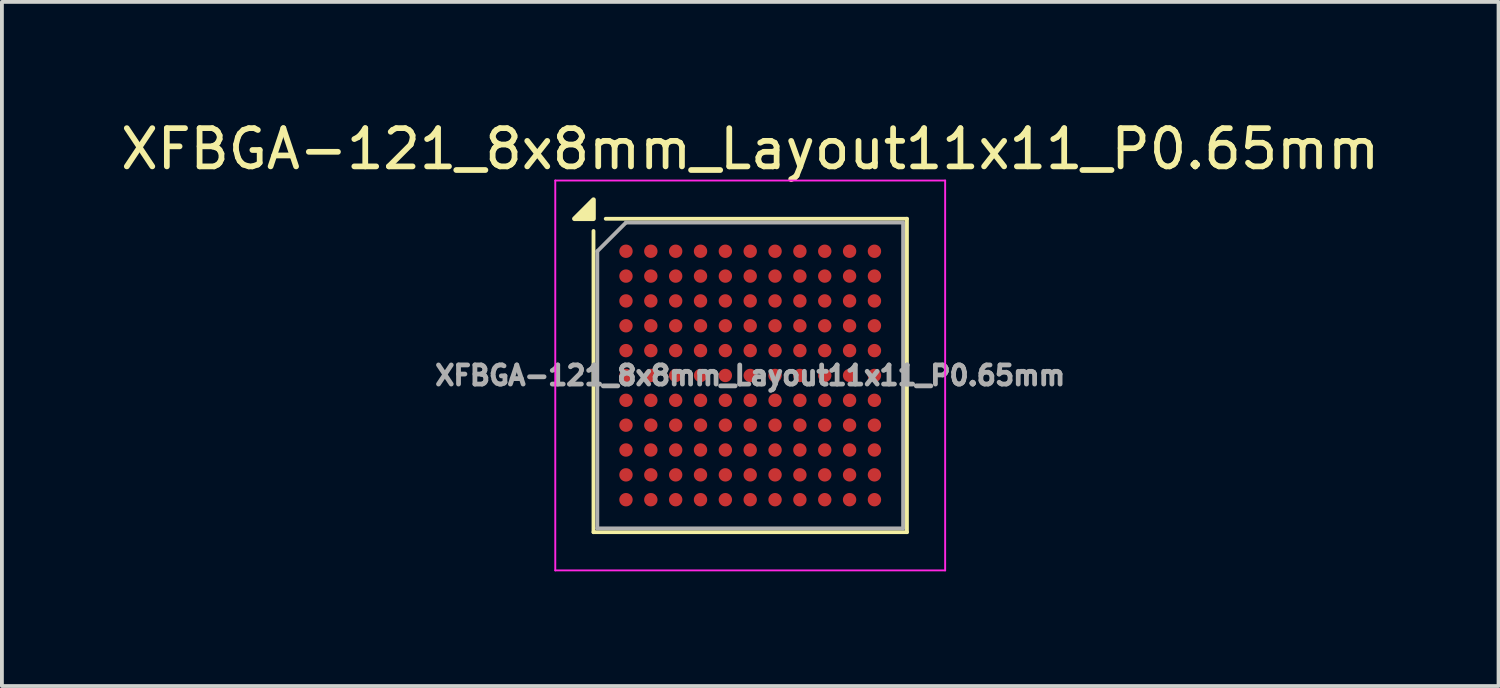
<source format=kicad_pcb>
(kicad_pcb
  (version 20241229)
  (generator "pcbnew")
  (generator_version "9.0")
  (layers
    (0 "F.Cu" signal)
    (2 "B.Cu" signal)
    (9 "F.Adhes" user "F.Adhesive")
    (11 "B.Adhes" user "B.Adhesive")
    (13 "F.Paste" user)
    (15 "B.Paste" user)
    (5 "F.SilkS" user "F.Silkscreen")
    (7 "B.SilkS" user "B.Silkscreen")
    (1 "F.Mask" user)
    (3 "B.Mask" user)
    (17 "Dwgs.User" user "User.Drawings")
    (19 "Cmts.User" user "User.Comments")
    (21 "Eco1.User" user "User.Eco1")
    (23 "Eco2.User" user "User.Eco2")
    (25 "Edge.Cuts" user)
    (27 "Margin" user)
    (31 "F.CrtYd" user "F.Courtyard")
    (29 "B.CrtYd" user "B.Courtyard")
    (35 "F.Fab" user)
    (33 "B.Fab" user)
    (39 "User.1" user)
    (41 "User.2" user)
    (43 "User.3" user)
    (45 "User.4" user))
  (footprint "XFBGA-121_8x8mm_Layout11x11_P0.65mm"
    (layer "F.Cu")
    (at 16.577 6.773)
    (property "Reference" "XFBGA-121_8x8mm_Layout11x11_P0.65mm" (at 0 -5.925 0) (layer "F.SilkS") (effects (font (size 1 1) (thickness 0.15))))
    (attr smd)
    (fp_line (start -4.1 4.1) (end -4.1 -3.78) (stroke (width 0.1) (type solid)) (layer "F.SilkS"))
    (fp_line (start -4.1 4.1) (end 4.1 4.1) (stroke (width 0.1) (type solid)) (layer "F.SilkS"))
    (fp_line (start -3.78 -4.1) (end 4.1 -4.1) (stroke (width 0.1) (type solid)) (layer "F.SilkS"))
    (fp_line (start 4.1 4.1) (end 4.1 -4.1) (stroke (width 0.1) (type solid)) (layer "F.SilkS"))
    (fp_poly (pts (xy -4.1 -4.1) (xy -4.6 -4.1) (xy -4.1 -4.6) (xy -4.1 -4.1)) (stroke (width 0.12) (type solid)) (fill yes) (layer "F.SilkS"))
    (fp_line (start -5.1 -5.1) (end 5.1 -5.1) (stroke (width 0.05) (type solid)) (layer "F.CrtYd"))
    (fp_line (start -5.1 5.1) (end -5.1 -5.1) (stroke (width 0.05) (type solid)) (layer "F.CrtYd"))
    (fp_line (start -5.1 5.1) (end 5.1 5.1) (stroke (width 0.05) (type solid)) (layer "F.CrtYd"))
    (fp_line (start 5.1 5.1) (end 5.1 -5.1) (stroke (width 0.05) (type solid)) (layer "F.CrtYd"))
    (fp_line (start -4 -3.25) (end -3.25 -4) (stroke (width 0.1) (type solid)) (layer "F.Fab"))
    (fp_line (start -4 4) (end -4 -3.25) (stroke (width 0.1) (type solid)) (layer "F.Fab"))
    (fp_line (start -4 4) (end 4 4) (stroke (width 0.1) (type solid)) (layer "F.Fab"))
    (fp_line (start -3.25 -4) (end 4 -4) (stroke (width 0.1) (type solid)) (layer "F.Fab"))
    (fp_line (start 4 4) (end 4 -4) (stroke (width 0.1) (type solid)) (layer "F.Fab"))
    (fp_text user "${REFERENCE}" (at 0 0 0) (layer "F.Fab") (effects (font (size 0.5 0.5) (thickness 0.125))))
    (pad "A1" smd circle (at -3.25 -3.25) (size 0.35 0.35) (property pad_prop_bga) (layers "F.Cu" "F.Mask" "F.Paste"))
    (pad "A2" smd circle (at -2.6 -3.25) (size 0.35 0.35) (property pad_prop_bga) (layers "F.Cu" "F.Mask" "F.Paste"))
    (pad "A3" smd circle (at -1.95 -3.25) (size 0.35 0.35) (property pad_prop_bga) (layers "F.Cu" "F.Mask" "F.Paste"))
    (pad "A4" smd circle (at -1.3 -3.25) (size 0.35 0.35) (property pad_prop_bga) (layers "F.Cu" "F.Mask" "F.Paste"))
    (pad "A5" smd circle (at -0.65 -3.25) (size 0.35 0.35) (property pad_prop_bga) (layers "F.Cu" "F.Mask" "F.Paste"))
    (pad "A6" smd circle (at 0 -3.25) (size 0.35 0.35) (property pad_prop_bga) (layers "F.Cu" "F.Mask" "F.Paste"))
    (pad "A7" smd circle (at 0.65 -3.25) (size 0.35 0.35) (property pad_prop_bga) (layers "F.Cu" "F.Mask" "F.Paste"))
    (pad "A8" smd circle (at 1.3 -3.25) (size 0.35 0.35) (property pad_prop_bga) (layers "F.Cu" "F.Mask" "F.Paste"))
    (pad "A9" smd circle (at 1.95 -3.25) (size 0.35 0.35) (property pad_prop_bga) (layers "F.Cu" "F.Mask" "F.Paste"))
    (pad "A10" smd circle (at 2.6 -3.25) (size 0.35 0.35) (property pad_prop_bga) (layers "F.Cu" "F.Mask" "F.Paste"))
    (pad "A11" smd circle (at 3.25 -3.25) (size 0.35 0.35) (property pad_prop_bga) (layers "F.Cu" "F.Mask" "F.Paste"))
    (pad "B1" smd circle (at -3.25 -2.6) (size 0.35 0.35) (property pad_prop_bga) (layers "F.Cu" "F.Mask" "F.Paste"))
    (pad "B2" smd circle (at -2.6 -2.6) (size 0.35 0.35) (property pad_prop_bga) (layers "F.Cu" "F.Mask" "F.Paste"))
    (pad "B3" smd circle (at -1.95 -2.6) (size 0.35 0.35) (property pad_prop_bga) (layers "F.Cu" "F.Mask" "F.Paste"))
    (pad "B4" smd circle (at -1.3 -2.6) (size 0.35 0.35) (property pad_prop_bga) (layers "F.Cu" "F.Mask" "F.Paste"))
    (pad "B5" smd circle (at -0.65 -2.6) (size 0.35 0.35) (property pad_prop_bga) (layers "F.Cu" "F.Mask" "F.Paste"))
    (pad "B6" smd circle (at 0 -2.6) (size 0.35 0.35) (property pad_prop_bga) (layers "F.Cu" "F.Mask" "F.Paste"))
    (pad "B7" smd circle (at 0.65 -2.6) (size 0.35 0.35) (property pad_prop_bga) (layers "F.Cu" "F.Mask" "F.Paste"))
    (pad "B8" smd circle (at 1.3 -2.6) (size 0.35 0.35) (property pad_prop_bga) (layers "F.Cu" "F.Mask" "F.Paste"))
    (pad "B9" smd circle (at 1.95 -2.6) (size 0.35 0.35) (property pad_prop_bga) (layers "F.Cu" "F.Mask" "F.Paste"))
    (pad "B10" smd circle (at 2.6 -2.6) (size 0.35 0.35) (property pad_prop_bga) (layers "F.Cu" "F.Mask" "F.Paste"))
    (pad "B11" smd circle (at 3.25 -2.6) (size 0.35 0.35) (property pad_prop_bga) (layers "F.Cu" "F.Mask" "F.Paste"))
    (pad "C1" smd circle (at -3.25 -1.95) (size 0.35 0.35) (property pad_prop_bga) (layers "F.Cu" "F.Mask" "F.Paste"))
    (pad "C2" smd circle (at -2.6 -1.95) (size 0.35 0.35) (property pad_prop_bga) (layers "F.Cu" "F.Mask" "F.Paste"))
    (pad "C3" smd circle (at -1.95 -1.95) (size 0.35 0.35) (property pad_prop_bga) (layers "F.Cu" "F.Mask" "F.Paste"))
    (pad "C4" smd circle (at -1.3 -1.95) (size 0.35 0.35) (property pad_prop_bga) (layers "F.Cu" "F.Mask" "F.Paste"))
    (pad "C5" smd circle (at -0.65 -1.95) (size 0.35 0.35) (property pad_prop_bga) (layers "F.Cu" "F.Mask" "F.Paste"))
    (pad "C6" smd circle (at 0 -1.95) (size 0.35 0.35) (property pad_prop_bga) (layers "F.Cu" "F.Mask" "F.Paste"))
    (pad "C7" smd circle (at 0.65 -1.95) (size 0.35 0.35) (property pad_prop_bga) (layers "F.Cu" "F.Mask" "F.Paste"))
    (pad "C8" smd circle (at 1.3 -1.95) (size 0.35 0.35) (property pad_prop_bga) (layers "F.Cu" "F.Mask" "F.Paste"))
    (pad "C9" smd circle (at 1.95 -1.95) (size 0.35 0.35) (property pad_prop_bga) (layers "F.Cu" "F.Mask" "F.Paste"))
    (pad "C10" smd circle (at 2.6 -1.95) (size 0.35 0.35) (property pad_prop_bga) (layers "F.Cu" "F.Mask" "F.Paste"))
    (pad "C11" smd circle (at 3.25 -1.95) (size 0.35 0.35) (property pad_prop_bga) (layers "F.Cu" "F.Mask" "F.Paste"))
    (pad "D1" smd circle (at -3.25 -1.3) (size 0.35 0.35) (property pad_prop_bga) (layers "F.Cu" "F.Mask" "F.Paste"))
    (pad "D2" smd circle (at -2.6 -1.3) (size 0.35 0.35) (property pad_prop_bga) (layers "F.Cu" "F.Mask" "F.Paste"))
    (pad "D3" smd circle (at -1.95 -1.3) (size 0.35 0.35) (property pad_prop_bga) (layers "F.Cu" "F.Mask" "F.Paste"))
    (pad "D4" smd circle (at -1.3 -1.3) (size 0.35 0.35) (property pad_prop_bga) (layers "F.Cu" "F.Mask" "F.Paste"))
    (pad "D5" smd circle (at -0.65 -1.3) (size 0.35 0.35) (property pad_prop_bga) (layers "F.Cu" "F.Mask" "F.Paste"))
    (pad "D6" smd circle (at 0 -1.3) (size 0.35 0.35) (property pad_prop_bga) (layers "F.Cu" "F.Mask" "F.Paste"))
    (pad "D7" smd circle (at 0.65 -1.3) (size 0.35 0.35) (property pad_prop_bga) (layers "F.Cu" "F.Mask" "F.Paste"))
    (pad "D8" smd circle (at 1.3 -1.3) (size 0.35 0.35) (property pad_prop_bga) (layers "F.Cu" "F.Mask" "F.Paste"))
    (pad "D9" smd circle (at 1.95 -1.3) (size 0.35 0.35) (property pad_prop_bga) (layers "F.Cu" "F.Mask" "F.Paste"))
    (pad "D10" smd circle (at 2.6 -1.3) (size 0.35 0.35) (property pad_prop_bga) (layers "F.Cu" "F.Mask" "F.Paste"))
    (pad "D11" smd circle (at 3.25 -1.3) (size 0.35 0.35) (property pad_prop_bga) (layers "F.Cu" "F.Mask" "F.Paste"))
    (pad "E1" smd circle (at -3.25 -0.65) (size 0.35 0.35) (property pad_prop_bga) (layers "F.Cu" "F.Mask" "F.Paste"))
    (pad "E2" smd circle (at -2.6 -0.65) (size 0.35 0.35) (property pad_prop_bga) (layers "F.Cu" "F.Mask" "F.Paste"))
    (pad "E3" smd circle (at -1.95 -0.65) (size 0.35 0.35) (property pad_prop_bga) (layers "F.Cu" "F.Mask" "F.Paste"))
    (pad "E4" smd circle (at -1.3 -0.65) (size 0.35 0.35) (property pad_prop_bga) (layers "F.Cu" "F.Mask" "F.Paste"))
    (pad "E5" smd circle (at -0.65 -0.65) (size 0.35 0.35) (property pad_prop_bga) (layers "F.Cu" "F.Mask" "F.Paste"))
    (pad "E6" smd circle (at 0 -0.65) (size 0.35 0.35) (property pad_prop_bga) (layers "F.Cu" "F.Mask" "F.Paste"))
    (pad "E7" smd circle (at 0.65 -0.65) (size 0.35 0.35) (property pad_prop_bga) (layers "F.Cu" "F.Mask" "F.Paste"))
    (pad "E8" smd circle (at 1.3 -0.65) (size 0.35 0.35) (property pad_prop_bga) (layers "F.Cu" "F.Mask" "F.Paste"))
    (pad "E9" smd circle (at 1.95 -0.65) (size 0.35 0.35) (property pad_prop_bga) (layers "F.Cu" "F.Mask" "F.Paste"))
    (pad "E10" smd circle (at 2.6 -0.65) (size 0.35 0.35) (property pad_prop_bga) (layers "F.Cu" "F.Mask" "F.Paste"))
    (pad "E11" smd circle (at 3.25 -0.65) (size 0.35 0.35) (property pad_prop_bga) (layers "F.Cu" "F.Mask" "F.Paste"))
    (pad "F1" smd circle (at -3.25 0) (size 0.35 0.35) (property pad_prop_bga) (layers "F.Cu" "F.Mask" "F.Paste"))
    (pad "F2" smd circle (at -2.6 0) (size 0.35 0.35) (property pad_prop_bga) (layers "F.Cu" "F.Mask" "F.Paste"))
    (pad "F3" smd circle (at -1.95 0) (size 0.35 0.35) (property pad_prop_bga) (layers "F.Cu" "F.Mask" "F.Paste"))
    (pad "F4" smd circle (at -1.3 0) (size 0.35 0.35) (property pad_prop_bga) (layers "F.Cu" "F.Mask" "F.Paste"))
    (pad "F5" smd circle (at -0.65 0) (size 0.35 0.35) (property pad_prop_bga) (layers "F.Cu" "F.Mask" "F.Paste"))
    (pad "F6" smd circle (at 0 0) (size 0.35 0.35) (property pad_prop_bga) (layers "F.Cu" "F.Mask" "F.Paste"))
    (pad "F7" smd circle (at 0.65 0) (size 0.35 0.35) (property pad_prop_bga) (layers "F.Cu" "F.Mask" "F.Paste"))
    (pad "F8" smd circle (at 1.3 0) (size 0.35 0.35) (property pad_prop_bga) (layers "F.Cu" "F.Mask" "F.Paste"))
    (pad "F9" smd circle (at 1.95 0) (size 0.35 0.35) (property pad_prop_bga) (layers "F.Cu" "F.Mask" "F.Paste"))
    (pad "F10" smd circle (at 2.6 0) (size 0.35 0.35) (property pad_prop_bga) (layers "F.Cu" "F.Mask" "F.Paste"))
    (pad "F11" smd circle (at 3.25 0) (size 0.35 0.35) (property pad_prop_bga) (layers "F.Cu" "F.Mask" "F.Paste"))
    (pad "G1" smd circle (at -3.25 0.65) (size 0.35 0.35) (property pad_prop_bga) (layers "F.Cu" "F.Mask" "F.Paste"))
    (pad "G2" smd circle (at -2.6 0.65) (size 0.35 0.35) (property pad_prop_bga) (layers "F.Cu" "F.Mask" "F.Paste"))
    (pad "G3" smd circle (at -1.95 0.65) (size 0.35 0.35) (property pad_prop_bga) (layers "F.Cu" "F.Mask" "F.Paste"))
    (pad "G4" smd circle (at -1.3 0.65) (size 0.35 0.35) (property pad_prop_bga) (layers "F.Cu" "F.Mask" "F.Paste"))
    (pad "G5" smd circle (at -0.65 0.65) (size 0.35 0.35) (property pad_prop_bga) (layers "F.Cu" "F.Mask" "F.Paste"))
    (pad "G6" smd circle (at 0 0.65) (size 0.35 0.35) (property pad_prop_bga) (layers "F.Cu" "F.Mask" "F.Paste"))
    (pad "G7" smd circle (at 0.65 0.65) (size 0.35 0.35) (property pad_prop_bga) (layers "F.Cu" "F.Mask" "F.Paste"))
    (pad "G8" smd circle (at 1.3 0.65) (size 0.35 0.35) (property pad_prop_bga) (layers "F.Cu" "F.Mask" "F.Paste"))
    (pad "G9" smd circle (at 1.95 0.65) (size 0.35 0.35) (property pad_prop_bga) (layers "F.Cu" "F.Mask" "F.Paste"))
    (pad "G10" smd circle (at 2.6 0.65) (size 0.35 0.35) (property pad_prop_bga) (layers "F.Cu" "F.Mask" "F.Paste"))
    (pad "G11" smd circle (at 3.25 0.65) (size 0.35 0.35) (property pad_prop_bga) (layers "F.Cu" "F.Mask" "F.Paste"))
    (pad "H1" smd circle (at -3.25 1.3) (size 0.35 0.35) (property pad_prop_bga) (layers "F.Cu" "F.Mask" "F.Paste"))
    (pad "H2" smd circle (at -2.6 1.3) (size 0.35 0.35) (property pad_prop_bga) (layers "F.Cu" "F.Mask" "F.Paste"))
    (pad "H3" smd circle (at -1.95 1.3) (size 0.35 0.35) (property pad_prop_bga) (layers "F.Cu" "F.Mask" "F.Paste"))
    (pad "H4" smd circle (at -1.3 1.3) (size 0.35 0.35) (property pad_prop_bga) (layers "F.Cu" "F.Mask" "F.Paste"))
    (pad "H5" smd circle (at -0.65 1.3) (size 0.35 0.35) (property pad_prop_bga) (layers "F.Cu" "F.Mask" "F.Paste"))
    (pad "H6" smd circle (at 0 1.3) (size 0.35 0.35) (property pad_prop_bga) (layers "F.Cu" "F.Mask" "F.Paste"))
    (pad "H7" smd circle (at 0.65 1.3) (size 0.35 0.35) (property pad_prop_bga) (layers "F.Cu" "F.Mask" "F.Paste"))
    (pad "H8" smd circle (at 1.3 1.3) (size 0.35 0.35) (property pad_prop_bga) (layers "F.Cu" "F.Mask" "F.Paste"))
    (pad "H9" smd circle (at 1.95 1.3) (size 0.35 0.35) (property pad_prop_bga) (layers "F.Cu" "F.Mask" "F.Paste"))
    (pad "H10" smd circle (at 2.6 1.3) (size 0.35 0.35) (property pad_prop_bga) (layers "F.Cu" "F.Mask" "F.Paste"))
    (pad "H11" smd circle (at 3.25 1.3) (size 0.35 0.35) (property pad_prop_bga) (layers "F.Cu" "F.Mask" "F.Paste"))
    (pad "J1" smd circle (at -3.25 1.95) (size 0.35 0.35) (property pad_prop_bga) (layers "F.Cu" "F.Mask" "F.Paste"))
    (pad "J2" smd circle (at -2.6 1.95) (size 0.35 0.35) (property pad_prop_bga) (layers "F.Cu" "F.Mask" "F.Paste"))
    (pad "J3" smd circle (at -1.95 1.95) (size 0.35 0.35) (property pad_prop_bga) (layers "F.Cu" "F.Mask" "F.Paste"))
    (pad "J4" smd circle (at -1.3 1.95) (size 0.35 0.35) (property pad_prop_bga) (layers "F.Cu" "F.Mask" "F.Paste"))
    (pad "J5" smd circle (at -0.65 1.95) (size 0.35 0.35) (property pad_prop_bga) (layers "F.Cu" "F.Mask" "F.Paste"))
    (pad "J6" smd circle (at 0 1.95) (size 0.35 0.35) (property pad_prop_bga) (layers "F.Cu" "F.Mask" "F.Paste"))
    (pad "J7" smd circle (at 0.65 1.95) (size 0.35 0.35) (property pad_prop_bga) (layers "F.Cu" "F.Mask" "F.Paste"))
    (pad "J8" smd circle (at 1.3 1.95) (size 0.35 0.35) (property pad_prop_bga) (layers "F.Cu" "F.Mask" "F.Paste"))
    (pad "J9" smd circle (at 1.95 1.95) (size 0.35 0.35) (property pad_prop_bga) (layers "F.Cu" "F.Mask" "F.Paste"))
    (pad "J10" smd circle (at 2.6 1.95) (size 0.35 0.35) (property pad_prop_bga) (layers "F.Cu" "F.Mask" "F.Paste"))
    (pad "J11" smd circle (at 3.25 1.95) (size 0.35 0.35) (property pad_prop_bga) (layers "F.Cu" "F.Mask" "F.Paste"))
    (pad "K1" smd circle (at -3.25 2.6) (size 0.35 0.35) (property pad_prop_bga) (layers "F.Cu" "F.Mask" "F.Paste"))
    (pad "K2" smd circle (at -2.6 2.6) (size 0.35 0.35) (property pad_prop_bga) (layers "F.Cu" "F.Mask" "F.Paste"))
    (pad "K3" smd circle (at -1.95 2.6) (size 0.35 0.35) (property pad_prop_bga) (layers "F.Cu" "F.Mask" "F.Paste"))
    (pad "K4" smd circle (at -1.3 2.6) (size 0.35 0.35) (property pad_prop_bga) (layers "F.Cu" "F.Mask" "F.Paste"))
    (pad "K5" smd circle (at -0.65 2.6) (size 0.35 0.35) (property pad_prop_bga) (layers "F.Cu" "F.Mask" "F.Paste"))
    (pad "K6" smd circle (at 0 2.6) (size 0.35 0.35) (property pad_prop_bga) (layers "F.Cu" "F.Mask" "F.Paste"))
    (pad "K7" smd circle (at 0.65 2.6) (size 0.35 0.35) (property pad_prop_bga) (layers "F.Cu" "F.Mask" "F.Paste"))
    (pad "K8" smd circle (at 1.3 2.6) (size 0.35 0.35) (property pad_prop_bga) (layers "F.Cu" "F.Mask" "F.Paste"))
    (pad "K9" smd circle (at 1.95 2.6) (size 0.35 0.35) (property pad_prop_bga) (layers "F.Cu" "F.Mask" "F.Paste"))
    (pad "K10" smd circle (at 2.6 2.6) (size 0.35 0.35) (property pad_prop_bga) (layers "F.Cu" "F.Mask" "F.Paste"))
    (pad "K11" smd circle (at 3.25 2.6) (size 0.35 0.35) (property pad_prop_bga) (layers "F.Cu" "F.Mask" "F.Paste"))
    (pad "L1" smd circle (at -3.25 3.25) (size 0.35 0.35) (property pad_prop_bga) (layers "F.Cu" "F.Mask" "F.Paste"))
    (pad "L2" smd circle (at -2.6 3.25) (size 0.35 0.35) (property pad_prop_bga) (layers "F.Cu" "F.Mask" "F.Paste"))
    (pad "L3" smd circle (at -1.95 3.25) (size 0.35 0.35) (property pad_prop_bga) (layers "F.Cu" "F.Mask" "F.Paste"))
    (pad "L4" smd circle (at -1.3 3.25) (size 0.35 0.35) (property pad_prop_bga) (layers "F.Cu" "F.Mask" "F.Paste"))
    (pad "L5" smd circle (at -0.65 3.25) (size 0.35 0.35) (property pad_prop_bga) (layers "F.Cu" "F.Mask" "F.Paste"))
    (pad "L6" smd circle (at 0 3.25) (size 0.35 0.35) (property pad_prop_bga) (layers "F.Cu" "F.Mask" "F.Paste"))
    (pad "L7" smd circle (at 0.65 3.25) (size 0.35 0.35) (property pad_prop_bga) (layers "F.Cu" "F.Mask" "F.Paste"))
    (pad "L8" smd circle (at 1.3 3.25) (size 0.35 0.35) (property pad_prop_bga) (layers "F.Cu" "F.Mask" "F.Paste"))
    (pad "L9" smd circle (at 1.95 3.25) (size 0.35 0.35) (property pad_prop_bga) (layers "F.Cu" "F.Mask" "F.Paste"))
    (pad "L10" smd circle (at 2.6 3.25) (size 0.35 0.35) (property pad_prop_bga) (layers "F.Cu" "F.Mask" "F.Paste"))
    (pad "L11" smd circle (at 3.25 3.25) (size 0.35 0.35) (property pad_prop_bga) (layers "F.Cu" "F.Mask" "F.Paste")))
  (gr_rect
    (start -3 -3)
    (end 36.155 14.898)
    (stroke (width 0.1) (type default))
    (fill no)
    (layer "Edge.Cuts")))
</source>
